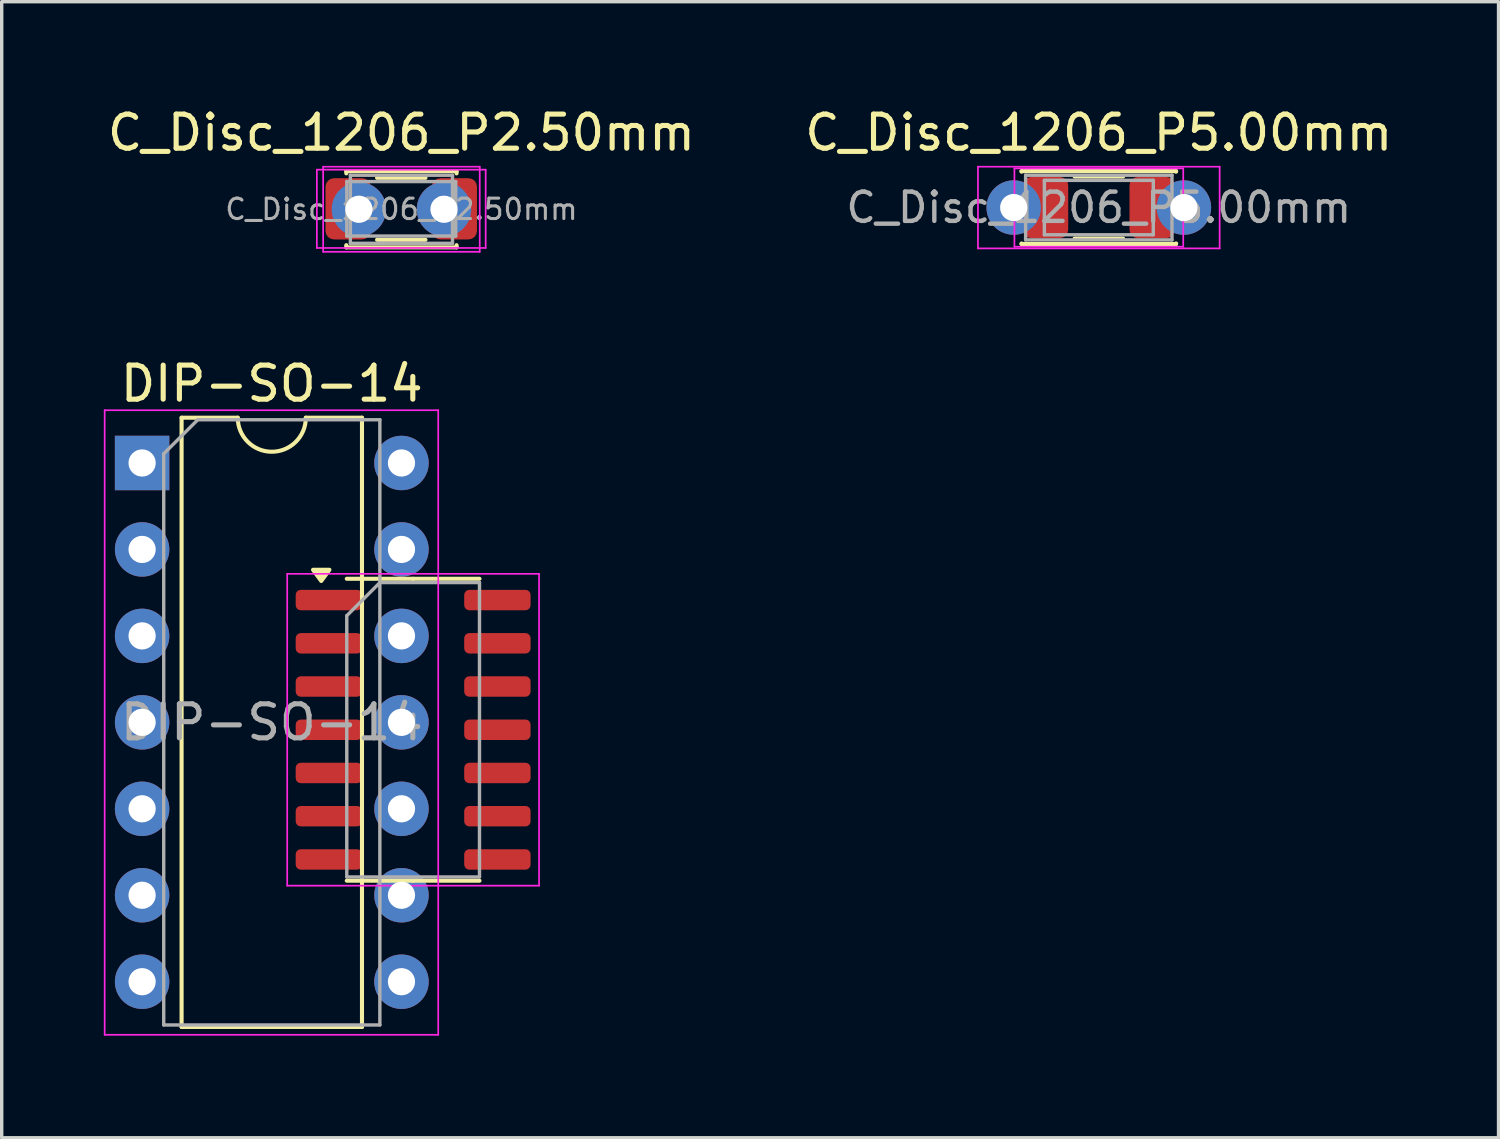
<source format=kicad_pcb>
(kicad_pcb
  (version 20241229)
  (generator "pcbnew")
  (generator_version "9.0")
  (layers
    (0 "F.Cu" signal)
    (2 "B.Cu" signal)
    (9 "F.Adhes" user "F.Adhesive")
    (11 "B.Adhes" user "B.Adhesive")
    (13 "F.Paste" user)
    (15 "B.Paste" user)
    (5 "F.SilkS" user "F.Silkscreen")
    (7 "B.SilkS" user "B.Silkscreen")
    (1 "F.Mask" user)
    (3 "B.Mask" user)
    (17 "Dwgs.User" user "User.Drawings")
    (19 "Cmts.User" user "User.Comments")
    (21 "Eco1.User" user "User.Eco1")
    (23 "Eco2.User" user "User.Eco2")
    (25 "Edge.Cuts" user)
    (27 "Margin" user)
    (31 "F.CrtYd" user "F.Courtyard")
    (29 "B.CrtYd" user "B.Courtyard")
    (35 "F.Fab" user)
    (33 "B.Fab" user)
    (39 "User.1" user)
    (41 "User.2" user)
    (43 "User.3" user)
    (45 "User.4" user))
  (footprint "C_Disc_1206_P2.50mm"
    (layer "F.Cu")
    (at 7.494 3.098)
    (property "Reference" "C_Disc_1206_P2.50mm" (at 1.25 -2.25 0) (layer "F.SilkS") (effects (font (size 1 1) (thickness 0.15))))
    (attr through_hole)
    (fp_line (start -0.37 -1.12) (end -0.37 -1.055) (stroke (width 0.12) (type solid)) (layer "F.SilkS"))
    (fp_line (start -0.37 -1.12) (end 2.87 -1.12) (stroke (width 0.12) (type solid)) (layer "F.SilkS"))
    (fp_line (start -0.37 1.055) (end -0.37 1.12) (stroke (width 0.12) (type solid)) (layer "F.SilkS"))
    (fp_line (start -0.37 1.12) (end 2.87 1.12) (stroke (width 0.12) (type solid)) (layer "F.SilkS"))
    (fp_line (start 0.534 -0.923) (end 1.956 -0.923) (stroke (width 0.12) (type solid)) (layer "F.SilkS"))
    (fp_line (start 0.534 0.897) (end 1.956 0.897) (stroke (width 0.12) (type solid)) (layer "F.SilkS"))
    (fp_line (start 2.87 -1.12) (end 2.87 -1.055) (stroke (width 0.12) (type solid)) (layer "F.SilkS"))
    (fp_line (start 2.87 1.055) (end 2.87 1.12) (stroke (width 0.12) (type solid)) (layer "F.SilkS"))
    (fp_line (start -1.235 -1.163) (end 3.725 -1.163) (stroke (width 0.05) (type solid)) (layer "F.CrtYd"))
    (fp_line (start -1.235 1.137) (end -1.235 -1.163) (stroke (width 0.05) (type solid)) (layer "F.CrtYd"))
    (fp_line (start -1.05 -1.25) (end -1.05 1.25) (stroke (width 0.05) (type solid)) (layer "F.CrtYd"))
    (fp_line (start -1.05 1.25) (end 3.55 1.25) (stroke (width 0.05) (type solid)) (layer "F.CrtYd"))
    (fp_line (start 3.55 -1.25) (end -1.05 -1.25) (stroke (width 0.05) (type solid)) (layer "F.CrtYd"))
    (fp_line (start 3.55 1.25) (end 3.55 -1.25) (stroke (width 0.05) (type solid)) (layer "F.CrtYd"))
    (fp_line (start 3.725 -1.163) (end 3.725 1.137) (stroke (width 0.05) (type solid)) (layer "F.CrtYd"))
    (fp_line (start 3.725 1.137) (end -1.235 1.137) (stroke (width 0.05) (type solid)) (layer "F.CrtYd"))
    (fp_line (start -0.355 -0.813) (end 2.845 -0.813) (stroke (width 0.1) (type solid)) (layer "F.Fab"))
    (fp_line (start -0.355 0.787) (end -0.355 -0.813) (stroke (width 0.1) (type solid)) (layer "F.Fab"))
    (fp_line (start -0.25 -1) (end -0.25 1) (stroke (width 0.1) (type solid)) (layer "F.Fab"))
    (fp_line (start -0.25 1) (end 2.75 1) (stroke (width 0.1) (type solid)) (layer "F.Fab"))
    (fp_line (start 2.75 -1) (end -0.25 -1) (stroke (width 0.1) (type solid)) (layer "F.Fab"))
    (fp_line (start 2.75 1) (end 2.75 -1) (stroke (width 0.1) (type solid)) (layer "F.Fab"))
    (fp_line (start 2.845 -0.813) (end 2.845 0.787) (stroke (width 0.1) (type solid)) (layer "F.Fab"))
    (fp_line (start 2.845 0.787) (end -0.355 0.787) (stroke (width 0.1) (type solid)) (layer "F.Fab"))
    (fp_text user "${REFERENCE}" (at 1.25 0 0) (layer "F.Fab") (effects (font (size 0.6 0.6) (thickness 0.09))))
    (pad "1" smd roundrect (at -0.318 -0.013) (size 1.325 1.8) (layers "F.Cu" "F.Mask" "F.Paste") (roundrect_rratio 0.189))
    (pad "1" thru_hole circle (at 0 0) (size 1.6 1.6) (drill 0.8) (layers "*.Cu" "*.Mask"))
    (pad "2" thru_hole circle (at 2.5 0) (size 1.6 1.6) (drill 0.8) (layers "*.Cu" "*.Mask"))
    (pad "2" smd roundrect (at 2.807 -0.013) (size 1.325 1.8) (layers "F.Cu" "F.Mask" "F.Paste") (roundrect_rratio 0.189)))
  (footprint "DIP-SO-14"
    (layer "F.Cu")
    (at 1.125 10.552)
    (property "Reference" "DIP-SO-14" (at 3.81 -2.33 0) (layer "F.SilkS") (effects (font (size 1 1) (thickness 0.15))))
    (attr through_hole)
    (fp_line (start 1.16 -1.33) (end 1.16 16.57) (stroke (width 0.12) (type solid)) (layer "F.SilkS"))
    (fp_line (start 1.16 16.57) (end 6.46 16.57) (stroke (width 0.12) (type solid)) (layer "F.SilkS"))
    (fp_line (start 2.81 -1.33) (end 1.16 -1.33) (stroke (width 0.12) (type solid)) (layer "F.SilkS"))
    (fp_line (start 6.46 -1.33) (end 4.81 -1.33) (stroke (width 0.12) (type solid)) (layer "F.SilkS"))
    (fp_line (start 6.46 16.57) (end 6.46 -1.33) (stroke (width 0.12) (type solid)) (layer "F.SilkS"))
    (fp_line (start 7.963 3.402) (end 6.013 3.402) (stroke (width 0.12) (type solid)) (layer "F.SilkS"))
    (fp_line (start 7.963 3.402) (end 9.912 3.402) (stroke (width 0.12) (type solid)) (layer "F.SilkS"))
    (fp_line (start 7.963 12.273) (end 6.013 12.273) (stroke (width 0.12) (type solid)) (layer "F.SilkS"))
    (fp_line (start 7.963 12.273) (end 9.912 12.273) (stroke (width 0.12) (type solid)) (layer "F.SilkS"))
    (fp_arc (start 4.81 -1.33) (mid 3.81 -0.33) (end 2.81 -1.33) (stroke (width 0.12) (type solid)) (layer "F.SilkS"))
    (fp_poly (pts (xy 5.263 3.467) (xy 5.022 3.138) (xy 5.503 3.138) (xy 5.263 3.467)) (stroke (width 0.12) (type solid)) (fill yes) (layer "F.SilkS"))
    (fp_line (start -1.1 -1.55) (end -1.1 16.8) (stroke (width 0.05) (type solid)) (layer "F.CrtYd"))
    (fp_line (start -1.1 16.8) (end 8.7 16.8) (stroke (width 0.05) (type solid)) (layer "F.CrtYd"))
    (fp_line (start 4.263 3.257) (end 4.263 12.418) (stroke (width 0.05) (type solid)) (layer "F.CrtYd"))
    (fp_line (start 4.263 12.418) (end 11.662 12.418) (stroke (width 0.05) (type solid)) (layer "F.CrtYd"))
    (fp_line (start 8.7 -1.55) (end -1.1 -1.55) (stroke (width 0.05) (type solid)) (layer "F.CrtYd"))
    (fp_line (start 8.7 16.8) (end 8.7 -1.55) (stroke (width 0.05) (type solid)) (layer "F.CrtYd"))
    (fp_line (start 11.662 3.257) (end 4.263 3.257) (stroke (width 0.05) (type solid)) (layer "F.CrtYd"))
    (fp_line (start 11.662 12.418) (end 11.662 3.257) (stroke (width 0.05) (type solid)) (layer "F.CrtYd"))
    (fp_line (start 0.635 -0.27) (end 1.635 -1.27) (stroke (width 0.1) (type solid)) (layer "F.Fab"))
    (fp_line (start 0.635 16.51) (end 0.635 -0.27) (stroke (width 0.1) (type solid)) (layer "F.Fab"))
    (fp_line (start 1.635 -1.27) (end 6.985 -1.27) (stroke (width 0.1) (type solid)) (layer "F.Fab"))
    (fp_line (start 6.013 4.487) (end 6.987 3.513) (stroke (width 0.1) (type solid)) (layer "F.Fab"))
    (fp_line (start 6.013 12.162) (end 6.013 4.487) (stroke (width 0.1) (type solid)) (layer "F.Fab"))
    (fp_line (start 6.985 -1.27) (end 6.985 16.51) (stroke (width 0.1) (type solid)) (layer "F.Fab"))
    (fp_line (start 6.985 16.51) (end 0.635 16.51) (stroke (width 0.1) (type solid)) (layer "F.Fab"))
    (fp_line (start 6.987 3.513) (end 9.912 3.513) (stroke (width 0.1) (type solid)) (layer "F.Fab"))
    (fp_line (start 9.912 3.513) (end 9.912 12.162) (stroke (width 0.1) (type solid)) (layer "F.Fab"))
    (fp_line (start 9.912 12.162) (end 6.013 12.162) (stroke (width 0.1) (type solid)) (layer "F.Fab"))
    (fp_text user "${REFERENCE}" (at 3.81 7.62 0) (layer "F.Fab") (effects (font (size 1 1) (thickness 0.15))))
    (pad "1" thru_hole rect (at 0 0) (size 1.6 1.6) (drill 0.8) (layers "*.Cu" "*.Mask"))
    (pad "1" smd roundrect (at 5.487 4.027) (size 1.95 0.6) (layers "F.Cu" "F.Mask" "F.Paste") (roundrect_rratio 0.25))
    (pad "2" thru_hole oval (at 0 2.54) (size 1.6 1.6) (drill 0.8) (layers "*.Cu" "*.Mask"))
    (pad "2" smd roundrect (at 5.487 5.298) (size 1.95 0.6) (layers "F.Cu" "F.Mask" "F.Paste") (roundrect_rratio 0.25))
    (pad "3" thru_hole oval (at 0 5.08) (size 1.6 1.6) (drill 0.8) (layers "*.Cu" "*.Mask"))
    (pad "3" smd roundrect (at 5.487 6.567) (size 1.95 0.6) (layers "F.Cu" "F.Mask" "F.Paste") (roundrect_rratio 0.25))
    (pad "4" thru_hole oval (at 0 7.62) (size 1.6 1.6) (drill 0.8) (layers "*.Cu" "*.Mask"))
    (pad "4" smd roundrect (at 5.487 7.838) (size 1.95 0.6) (layers "F.Cu" "F.Mask" "F.Paste") (roundrect_rratio 0.25))
    (pad "5" thru_hole oval (at 0 10.16) (size 1.6 1.6) (drill 0.8) (layers "*.Cu" "*.Mask"))
    (pad "5" smd roundrect (at 5.487 9.107) (size 1.95 0.6) (layers "F.Cu" "F.Mask" "F.Paste") (roundrect_rratio 0.25))
    (pad "6" thru_hole oval (at 0 12.7) (size 1.6 1.6) (drill 0.8) (layers "*.Cu" "*.Mask"))
    (pad "6" smd roundrect (at 5.487 10.377) (size 1.95 0.6) (layers "F.Cu" "F.Mask" "F.Paste") (roundrect_rratio 0.25))
    (pad "7" thru_hole oval (at 0 15.24) (size 1.6 1.6) (drill 0.8) (layers "*.Cu" "*.Mask"))
    (pad "7" smd roundrect (at 5.487 11.648) (size 1.95 0.6) (layers "F.Cu" "F.Mask" "F.Paste") (roundrect_rratio 0.25))
    (pad "8" thru_hole oval (at 7.62 15.24) (size 1.6 1.6) (drill 0.8) (layers "*.Cu" "*.Mask"))
    (pad "8" smd roundrect (at 10.438 11.648) (size 1.95 0.6) (layers "F.Cu" "F.Mask" "F.Paste") (roundrect_rratio 0.25))
    (pad "9" thru_hole oval (at 7.62 12.7) (size 1.6 1.6) (drill 0.8) (layers "*.Cu" "*.Mask"))
    (pad "9" smd roundrect (at 10.438 10.377) (size 1.95 0.6) (layers "F.Cu" "F.Mask" "F.Paste") (roundrect_rratio 0.25))
    (pad "10" thru_hole oval (at 7.62 10.16) (size 1.6 1.6) (drill 0.8) (layers "*.Cu" "*.Mask"))
    (pad "10" smd roundrect (at 10.438 9.107) (size 1.95 0.6) (layers "F.Cu" "F.Mask" "F.Paste") (roundrect_rratio 0.25))
    (pad "11" thru_hole oval (at 7.62 7.62) (size 1.6 1.6) (drill 0.8) (layers "*.Cu" "*.Mask"))
    (pad "11" smd roundrect (at 10.438 7.838) (size 1.95 0.6) (layers "F.Cu" "F.Mask" "F.Paste") (roundrect_rratio 0.25))
    (pad "12" thru_hole oval (at 7.62 5.08) (size 1.6 1.6) (drill 0.8) (layers "*.Cu" "*.Mask"))
    (pad "12" smd roundrect (at 10.438 6.567) (size 1.95 0.6) (layers "F.Cu" "F.Mask" "F.Paste") (roundrect_rratio 0.25))
    (pad "13" thru_hole oval (at 7.62 2.54) (size 1.6 1.6) (drill 0.8) (layers "*.Cu" "*.Mask"))
    (pad "13" smd roundrect (at 10.438 5.298) (size 1.95 0.6) (layers "F.Cu" "F.Mask" "F.Paste") (roundrect_rratio 0.25))
    (pad "14" thru_hole oval (at 7.62 0) (size 1.6 1.6) (drill 0.8) (layers "*.Cu" "*.Mask"))
    (pad "14" smd roundrect (at 10.438 4.027) (size 1.95 0.6) (layers "F.Cu" "F.Mask" "F.Paste") (roundrect_rratio 0.25)))
  (footprint "C_Disc_1206_P5.00mm"
    (layer "F.Cu")
    (at 26.732 3.048)
    (property "Reference" "C_Disc_1206_P5.00mm" (at 2.5 -2.2 0) (layer "F.SilkS") (effects (font (size 1 1) (thickness 0.15))))
    (attr through_hole)
    (fp_line (start 0.23 -1.07) (end 0.23 -1.055) (stroke (width 0.12) (type solid)) (layer "F.SilkS"))
    (fp_line (start 0.23 -1.07) (end 4.77 -1.07) (stroke (width 0.12) (type solid)) (layer "F.SilkS"))
    (fp_line (start 0.23 1.055) (end 0.23 1.07) (stroke (width 0.12) (type solid)) (layer "F.SilkS"))
    (fp_line (start 0.23 1.07) (end 4.77 1.07) (stroke (width 0.12) (type solid)) (layer "F.SilkS"))
    (fp_line (start 1.79 -0.91) (end 3.213 -0.91) (stroke (width 0.12) (type solid)) (layer "F.SilkS"))
    (fp_line (start 1.79 0.91) (end 3.213 0.91) (stroke (width 0.12) (type solid)) (layer "F.SilkS"))
    (fp_line (start 4.77 -1.07) (end 4.77 -1.055) (stroke (width 0.12) (type solid)) (layer "F.SilkS"))
    (fp_line (start 4.77 1.055) (end 4.77 1.07) (stroke (width 0.12) (type solid)) (layer "F.SilkS"))
    (fp_line (start -1.05 -1.2) (end -1.05 1.2) (stroke (width 0.05) (type solid)) (layer "F.CrtYd"))
    (fp_line (start -1.05 1.2) (end 6.05 1.2) (stroke (width 0.05) (type solid)) (layer "F.CrtYd"))
    (fp_line (start 0.021 -1.15) (end 4.981 -1.15) (stroke (width 0.05) (type solid)) (layer "F.CrtYd"))
    (fp_line (start 0.021 1.15) (end 0.021 -1.15) (stroke (width 0.05) (type solid)) (layer "F.CrtYd"))
    (fp_line (start 4.981 -1.15) (end 4.981 1.15) (stroke (width 0.05) (type solid)) (layer "F.CrtYd"))
    (fp_line (start 4.981 1.15) (end 0.021 1.15) (stroke (width 0.05) (type solid)) (layer "F.CrtYd"))
    (fp_line (start 6.05 -1.2) (end -1.05 -1.2) (stroke (width 0.05) (type solid)) (layer "F.CrtYd"))
    (fp_line (start 6.05 1.2) (end 6.05 -1.2) (stroke (width 0.05) (type solid)) (layer "F.CrtYd"))
    (fp_line (start 0.35 -0.95) (end 0.35 0.95) (stroke (width 0.1) (type solid)) (layer "F.Fab"))
    (fp_line (start 0.35 0.95) (end 4.65 0.95) (stroke (width 0.1) (type solid)) (layer "F.Fab"))
    (fp_line (start 0.901 -0.8) (end 4.101 -0.8) (stroke (width 0.1) (type solid)) (layer "F.Fab"))
    (fp_line (start 0.901 0.8) (end 0.901 -0.8) (stroke (width 0.1) (type solid)) (layer "F.Fab"))
    (fp_line (start 4.101 -0.8) (end 4.101 0.8) (stroke (width 0.1) (type solid)) (layer "F.Fab"))
    (fp_line (start 4.101 0.8) (end 0.901 0.8) (stroke (width 0.1) (type solid)) (layer "F.Fab"))
    (fp_line (start 4.65 -0.95) (end 0.35 -0.95) (stroke (width 0.1) (type solid)) (layer "F.Fab"))
    (fp_line (start 4.65 0.95) (end 4.65 -0.95) (stroke (width 0.1) (type solid)) (layer "F.Fab"))
    (fp_text user "${REFERENCE}" (at 2.5 0 0) (layer "F.Fab") (effects (font (size 0.86 0.86) (thickness 0.129))))
    (pad "1" thru_hole circle (at 0 0) (size 1.6 1.6) (drill 0.8) (layers "*.Cu" "*.Mask"))
    (pad "1" smd roundrect (at 0.939 0) (size 1.325 1.8) (layers "F.Cu" "F.Mask" "F.Paste") (roundrect_rratio 0.189))
    (pad "2" smd roundrect (at 4.064 0) (size 1.325 1.8) (layers "F.Cu" "F.Mask" "F.Paste") (roundrect_rratio 0.189))
    (pad "2" thru_hole circle (at 5 0) (size 1.6 1.6) (drill 0.8) (layers "*.Cu" "*.Mask")))
  (gr_rect
    (start -3 -3)
    (end 40.976 30.377)
    (stroke (width 0.1) (type default))
    (fill no)
    (layer "Edge.Cuts")))
</source>
